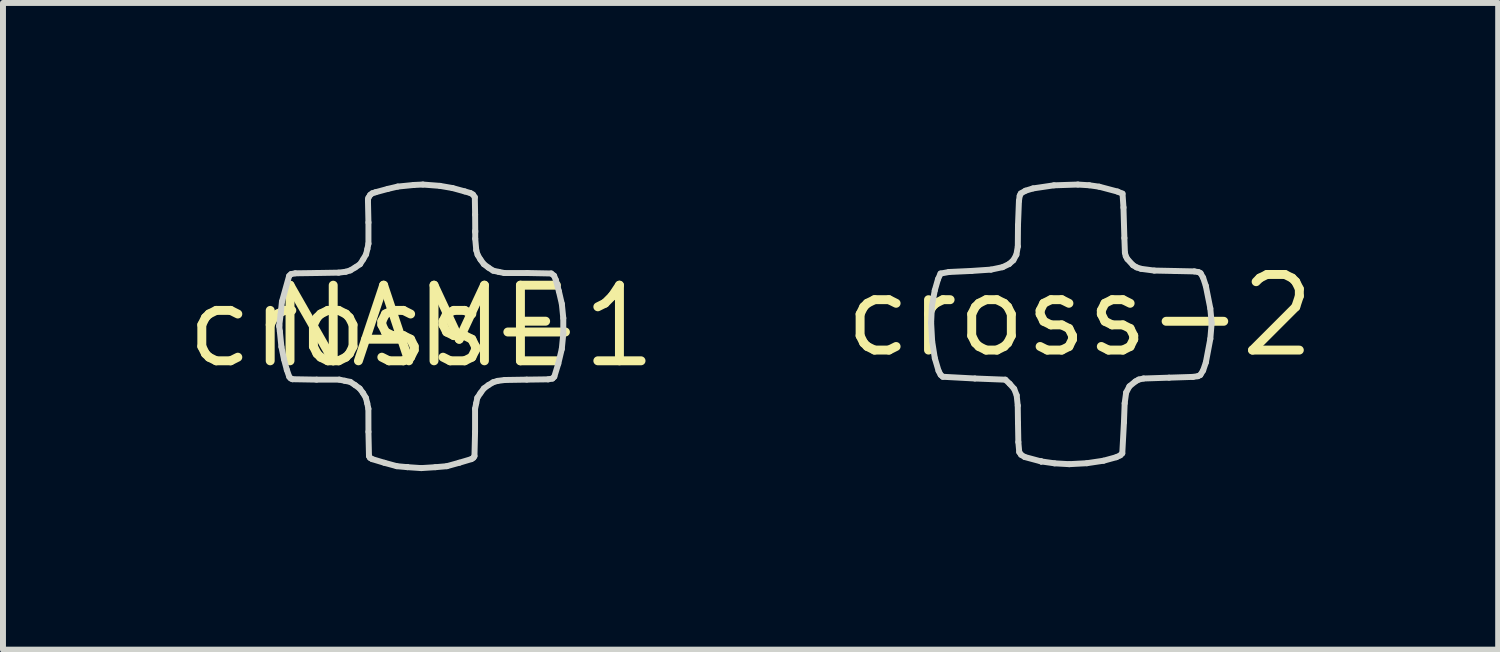
<source format=kicad_pcb>
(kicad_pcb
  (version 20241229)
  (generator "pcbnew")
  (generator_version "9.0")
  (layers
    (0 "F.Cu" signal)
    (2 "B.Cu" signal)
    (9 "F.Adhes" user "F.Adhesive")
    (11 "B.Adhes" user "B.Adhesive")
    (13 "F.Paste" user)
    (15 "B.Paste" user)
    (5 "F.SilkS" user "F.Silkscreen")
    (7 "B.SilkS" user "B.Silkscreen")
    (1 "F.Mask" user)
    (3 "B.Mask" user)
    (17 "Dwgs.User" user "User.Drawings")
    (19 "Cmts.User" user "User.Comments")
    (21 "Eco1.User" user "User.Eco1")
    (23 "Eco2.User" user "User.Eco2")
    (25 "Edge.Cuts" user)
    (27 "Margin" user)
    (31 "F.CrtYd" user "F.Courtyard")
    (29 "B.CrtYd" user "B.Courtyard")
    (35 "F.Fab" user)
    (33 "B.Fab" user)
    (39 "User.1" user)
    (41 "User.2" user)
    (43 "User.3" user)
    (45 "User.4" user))
  (footprint "cross-1"
    (layer "F.Cu")
    (at 4.029 2.431)
    (property "Reference" "cross-1" (at 0 0 0) (layer "F.SilkS") (effects (font (size 1.27 1.27) (thickness 0.15))))
    (attr through_hole)
    (fp_line (start -2.388 0.002) (end -2.387 -0.018) (stroke (width 0.1) (type solid)) (layer "Edge.Cuts"))
    (fp_line (start -2.387 -0.018) (end -2.365 -0.202) (stroke (width 0.1) (type solid)) (layer "Edge.Cuts"))
    (fp_line (start -2.378 0.086) (end -2.388 0.002) (stroke (width 0.1) (type solid)) (layer "Edge.Cuts"))
    (fp_line (start -2.365 -0.202) (end -2.343 -0.414) (stroke (width 0.1) (type solid)) (layer "Edge.Cuts"))
    (fp_line (start -2.352 0.344) (end -2.378 0.086) (stroke (width 0.1) (type solid)) (layer "Edge.Cuts"))
    (fp_line (start -2.343 -0.414) (end -2.222 -0.846) (stroke (width 0.1) (type solid)) (layer "Edge.Cuts"))
    (fp_line (start -2.309 0.552) (end -2.352 0.344) (stroke (width 0.1) (type solid)) (layer "Edge.Cuts"))
    (fp_line (start -2.261 0.731) (end -2.309 0.552) (stroke (width 0.1) (type solid)) (layer "Edge.Cuts"))
    (fp_line (start -2.222 -0.846) (end -2.19 -0.877) (stroke (width 0.1) (type solid)) (layer "Edge.Cuts"))
    (fp_line (start -2.22 0.849) (end -2.261 0.731) (stroke (width 0.1) (type solid)) (layer "Edge.Cuts"))
    (fp_line (start -2.196 0.875) (end -2.22 0.849) (stroke (width 0.1) (type solid)) (layer "Edge.Cuts"))
    (fp_line (start -2.19 -0.877) (end -2.119 -0.89) (stroke (width 0.1) (type solid)) (layer "Edge.Cuts"))
    (fp_line (start -2.165 0.889) (end -2.196 0.875) (stroke (width 0.1) (type solid)) (layer "Edge.Cuts"))
    (fp_line (start -2.119 -0.89) (end -1.759 -0.895) (stroke (width 0.1) (type solid)) (layer "Edge.Cuts"))
    (fp_line (start -1.761 0.896) (end -2.165 0.889) (stroke (width 0.1) (type solid)) (layer "Edge.Cuts"))
    (fp_line (start -1.759 -0.895) (end -1.39 -0.901) (stroke (width 0.1) (type solid)) (layer "Edge.Cuts"))
    (fp_line (start -1.39 -0.901) (end -1.271 -0.916) (stroke (width 0.1) (type solid)) (layer "Edge.Cuts"))
    (fp_line (start -1.38 0.896) (end -1.761 0.896) (stroke (width 0.1) (type solid)) (layer "Edge.Cuts"))
    (fp_line (start -1.288 0.915) (end -1.38 0.896) (stroke (width 0.1) (type solid)) (layer "Edge.Cuts"))
    (fp_line (start -1.271 -0.916) (end -1.194 -0.939) (stroke (width 0.1) (type solid)) (layer "Edge.Cuts"))
    (fp_line (start -1.195 0.934) (end -1.288 0.915) (stroke (width 0.1) (type solid)) (layer "Edge.Cuts"))
    (fp_line (start -1.194 -0.939) (end -1.113 -0.988) (stroke (width 0.1) (type solid)) (layer "Edge.Cuts"))
    (fp_line (start -1.114 0.988) (end -1.195 0.934) (stroke (width 0.1) (type solid)) (layer "Edge.Cuts"))
    (fp_line (start -1.113 -0.988) (end -1.031 -1.043) (stroke (width 0.1) (type solid)) (layer "Edge.Cuts"))
    (fp_line (start -1.037 1.045) (end -1.114 0.988) (stroke (width 0.1) (type solid)) (layer "Edge.Cuts"))
    (fp_line (start -1.031 -1.043) (end -0.978 -1.125) (stroke (width 0.1) (type solid)) (layer "Edge.Cuts"))
    (fp_line (start -0.981 1.121) (end -1.037 1.045) (stroke (width 0.1) (type solid)) (layer "Edge.Cuts"))
    (fp_line (start -0.978 -1.125) (end -0.93 -1.208) (stroke (width 0.1) (type solid)) (layer "Edge.Cuts"))
    (fp_line (start -0.933 1.202) (end -0.981 1.121) (stroke (width 0.1) (type solid)) (layer "Edge.Cuts"))
    (fp_line (start -0.93 -1.208) (end -0.908 -1.298) (stroke (width 0.1) (type solid)) (layer "Edge.Cuts"))
    (fp_line (start -0.91 1.293) (end -0.933 1.202) (stroke (width 0.1) (type solid)) (layer "Edge.Cuts"))
    (fp_line (start -0.908 -1.298) (end -0.89 -1.388) (stroke (width 0.1) (type solid)) (layer "Edge.Cuts"))
    (fp_line (start -0.898 -2.129) (end -0.89 -2.16) (stroke (width 0.1) (type solid)) (layer "Edge.Cuts"))
    (fp_line (start -0.898 -2.107) (end -0.898 -2.129) (stroke (width 0.1) (type solid)) (layer "Edge.Cuts"))
    (fp_line (start -0.891 1.386) (end -0.91 1.293) (stroke (width 0.1) (type solid)) (layer "Edge.Cuts"))
    (fp_line (start -0.89 1.772) (end -0.891 1.386) (stroke (width 0.1) (type solid)) (layer "Edge.Cuts"))
    (fp_line (start -0.89 -2.16) (end -0.861 -2.207) (stroke (width 0.1) (type solid)) (layer "Edge.Cuts"))
    (fp_line (start -0.89 -1.744) (end -0.898 -2.107) (stroke (width 0.1) (type solid)) (layer "Edge.Cuts"))
    (fp_line (start -0.89 -1.388) (end -0.89 -1.744) (stroke (width 0.1) (type solid)) (layer "Edge.Cuts"))
    (fp_line (start -0.881 2.18) (end -0.89 1.772) (stroke (width 0.1) (type solid)) (layer "Edge.Cuts"))
    (fp_line (start -0.864 2.209) (end -0.881 2.18) (stroke (width 0.1) (type solid)) (layer "Edge.Cuts"))
    (fp_line (start -0.861 -2.207) (end -0.826 -2.234) (stroke (width 0.1) (type solid)) (layer "Edge.Cuts"))
    (fp_line (start -0.828 2.231) (end -0.864 2.209) (stroke (width 0.1) (type solid)) (layer "Edge.Cuts"))
    (fp_line (start -0.826 -2.234) (end -0.77 -2.252) (stroke (width 0.1) (type solid)) (layer "Edge.Cuts"))
    (fp_line (start -0.77 -2.252) (end -0.564 -2.308) (stroke (width 0.1) (type solid)) (layer "Edge.Cuts"))
    (fp_line (start -0.622 2.293) (end -0.828 2.231) (stroke (width 0.1) (type solid)) (layer "Edge.Cuts"))
    (fp_line (start -0.564 -2.308) (end -0.398 -2.347) (stroke (width 0.1) (type solid)) (layer "Edge.Cuts"))
    (fp_line (start -0.413 2.35) (end -0.622 2.293) (stroke (width 0.1) (type solid)) (layer "Edge.Cuts"))
    (fp_line (start -0.398 -2.347) (end -0.129 -2.374) (stroke (width 0.1) (type solid)) (layer "Edge.Cuts"))
    (fp_line (start -0.238 2.366) (end -0.238 2.366) (stroke (width 0.1) (type solid)) (layer "Edge.Cuts"))
    (fp_line (start -0.238 2.366) (end -0.413 2.35) (stroke (width 0.1) (type solid)) (layer "Edge.Cuts"))
    (fp_line (start -0.238 2.366) (end -0.238 2.366) (stroke (width 0.1) (type solid)) (layer "Edge.Cuts"))
    (fp_line (start -0.129 -2.374) (end 0.024 -2.381) (stroke (width 0.1) (type solid)) (layer "Edge.Cuts"))
    (fp_line (start -0.003 2.382) (end -0.238 2.366) (stroke (width 0.1) (type solid)) (layer "Edge.Cuts"))
    (fp_line (start 0.024 -2.381) (end 0.31 -2.359) (stroke (width 0.1) (type solid)) (layer "Edge.Cuts"))
    (fp_line (start 0.233 2.367) (end -0.003 2.382) (stroke (width 0.1) (type solid)) (layer "Edge.Cuts"))
    (fp_line (start 0.31 -2.359) (end 0.523 -2.322) (stroke (width 0.1) (type solid)) (layer "Edge.Cuts"))
    (fp_line (start 0.427 2.35) (end 0.233 2.367) (stroke (width 0.1) (type solid)) (layer "Edge.Cuts"))
    (fp_line (start 0.523 -2.322) (end 0.727 -2.266) (stroke (width 0.1) (type solid)) (layer "Edge.Cuts"))
    (fp_line (start 0.636 2.292) (end 0.427 2.35) (stroke (width 0.1) (type solid)) (layer "Edge.Cuts"))
    (fp_line (start 0.727 -2.266) (end 0.823 -2.238) (stroke (width 0.1) (type solid)) (layer "Edge.Cuts"))
    (fp_line (start 0.823 -2.238) (end 0.866 -2.213) (stroke (width 0.1) (type solid)) (layer "Edge.Cuts"))
    (fp_line (start 0.84 2.231) (end 0.636 2.292) (stroke (width 0.1) (type solid)) (layer "Edge.Cuts"))
    (fp_line (start 0.866 -2.213) (end 0.897 -2.168) (stroke (width 0.1) (type solid)) (layer "Edge.Cuts"))
    (fp_line (start 0.874 2.208) (end 0.84 2.231) (stroke (width 0.1) (type solid)) (layer "Edge.Cuts"))
    (fp_line (start 0.891 2.18) (end 0.874 2.208) (stroke (width 0.1) (type solid)) (layer "Edge.Cuts"))
    (fp_line (start 0.897 -2.168) (end 0.902 -1.875) (stroke (width 0.1) (type solid)) (layer "Edge.Cuts"))
    (fp_line (start 0.901 1.772) (end 0.891 2.18) (stroke (width 0.1) (type solid)) (layer "Edge.Cuts"))
    (fp_line (start 0.901 1.386) (end 0.901 1.772) (stroke (width 0.1) (type solid)) (layer "Edge.Cuts"))
    (fp_line (start 0.902 -1.875) (end 0.904 -1.604) (stroke (width 0.1) (type solid)) (layer "Edge.Cuts"))
    (fp_line (start 0.904 -1.604) (end 0.904 -1.584) (stroke (width 0.1) (type solid)) (layer "Edge.Cuts"))
    (fp_line (start 0.904 -1.584) (end 0.904 -1.471) (stroke (width 0.1) (type solid)) (layer "Edge.Cuts"))
    (fp_line (start 0.904 -1.471) (end 0.921 -1.279) (stroke (width 0.1) (type solid)) (layer "Edge.Cuts"))
    (fp_line (start 0.92 1.293) (end 0.901 1.386) (stroke (width 0.1) (type solid)) (layer "Edge.Cuts"))
    (fp_line (start 0.921 -1.279) (end 0.944 -1.2) (stroke (width 0.1) (type solid)) (layer "Edge.Cuts"))
    (fp_line (start 0.939 1.201) (end 0.92 1.293) (stroke (width 0.1) (type solid)) (layer "Edge.Cuts"))
    (fp_line (start 0.944 -1.2) (end 0.992 -1.12) (stroke (width 0.1) (type solid)) (layer "Edge.Cuts"))
    (fp_line (start 0.992 1.121) (end 0.939 1.201) (stroke (width 0.1) (type solid)) (layer "Edge.Cuts"))
    (fp_line (start 0.992 -1.12) (end 1.049 -1.043) (stroke (width 0.1) (type solid)) (layer "Edge.Cuts"))
    (fp_line (start 1.049 1.044) (end 0.992 1.121) (stroke (width 0.1) (type solid)) (layer "Edge.Cuts"))
    (fp_line (start 1.049 -1.043) (end 1.125 -0.986) (stroke (width 0.1) (type solid)) (layer "Edge.Cuts"))
    (fp_line (start 1.125 -0.986) (end 1.205 -0.934) (stroke (width 0.1) (type solid)) (layer "Edge.Cuts"))
    (fp_line (start 1.125 0.988) (end 1.049 1.044) (stroke (width 0.1) (type solid)) (layer "Edge.Cuts"))
    (fp_line (start 1.205 -0.934) (end 1.298 -0.914) (stroke (width 0.1) (type solid)) (layer "Edge.Cuts"))
    (fp_line (start 1.205 0.94) (end 1.125 0.988) (stroke (width 0.1) (type solid)) (layer "Edge.Cuts"))
    (fp_line (start 1.281 0.917) (end 1.205 0.94) (stroke (width 0.1) (type solid)) (layer "Edge.Cuts"))
    (fp_line (start 1.298 -0.914) (end 1.391 -0.895) (stroke (width 0.1) (type solid)) (layer "Edge.Cuts"))
    (fp_line (start 1.391 -0.895) (end 1.776 -0.895) (stroke (width 0.1) (type solid)) (layer "Edge.Cuts"))
    (fp_line (start 1.4 0.902) (end 1.281 0.917) (stroke (width 0.1) (type solid)) (layer "Edge.Cuts"))
    (fp_line (start 1.769 0.896) (end 1.4 0.902) (stroke (width 0.1) (type solid)) (layer "Edge.Cuts"))
    (fp_line (start 1.776 -0.895) (end 2.181 -0.887) (stroke (width 0.1) (type solid)) (layer "Edge.Cuts"))
    (fp_line (start 2.129 0.891) (end 1.769 0.896) (stroke (width 0.1) (type solid)) (layer "Edge.Cuts"))
    (fp_line (start 2.181 -0.887) (end 2.228 -0.85) (stroke (width 0.1) (type solid)) (layer "Edge.Cuts"))
    (fp_line (start 2.201 0.878) (end 2.129 0.891) (stroke (width 0.1) (type solid)) (layer "Edge.Cuts"))
    (fp_line (start 2.228 -0.85) (end 2.258 -0.778) (stroke (width 0.1) (type solid)) (layer "Edge.Cuts"))
    (fp_line (start 2.232 0.847) (end 2.201 0.878) (stroke (width 0.1) (type solid)) (layer "Edge.Cuts"))
    (fp_line (start 2.258 -0.778) (end 2.309 -0.589) (stroke (width 0.1) (type solid)) (layer "Edge.Cuts"))
    (fp_line (start 2.299 0.628) (end 2.232 0.847) (stroke (width 0.1) (type solid)) (layer "Edge.Cuts"))
    (fp_line (start 2.309 -0.589) (end 2.359 -0.375) (stroke (width 0.1) (type solid)) (layer "Edge.Cuts"))
    (fp_line (start 2.358 0.381) (end 2.299 0.628) (stroke (width 0.1) (type solid)) (layer "Edge.Cuts"))
    (fp_line (start 2.359 -0.375) (end 2.383 -0.137) (stroke (width 0.1) (type solid)) (layer "Edge.Cuts"))
    (fp_line (start 2.383 -0.137) (end 2.383 0.127) (stroke (width 0.1) (type solid)) (layer "Edge.Cuts"))
    (fp_line (start 2.383 0.127) (end 2.358 0.381) (stroke (width 0.1) (type solid)) (layer "Edge.Cuts"))
    (fp_text user "NAME" (at 0 0 0) (layer "F.SilkS") (effects (font (size 1.27 1.27) (thickness 0.15)))))
  (footprint "cross-2"
    (layer "F.Cu")
    (at 15.087 2.251)
    (property "Reference" "cross-2" (at 0 0 0) (layer "F.SilkS") (effects (font (size 1.27 1.27) (thickness 0.15))))
    (attr through_hole)
    (fp_line (start -2.496 0.12) (end -2.483 -0.162) (stroke (width 0.1) (type solid)) (layer "Edge.Cuts"))
    (fp_line (start -2.483 -0.162) (end -2.435 -0.422) (stroke (width 0.1) (type solid)) (layer "Edge.Cuts"))
    (fp_line (start -2.479 0.431) (end -2.496 0.12) (stroke (width 0.1) (type solid)) (layer "Edge.Cuts"))
    (fp_line (start -2.435 -0.422) (end -2.381 -0.61) (stroke (width 0.1) (type solid)) (layer "Edge.Cuts"))
    (fp_line (start -2.434 0.716) (end -2.479 0.431) (stroke (width 0.1) (type solid)) (layer "Edge.Cuts"))
    (fp_line (start -2.381 -0.61) (end -2.338 -0.706) (stroke (width 0.1) (type solid)) (layer "Edge.Cuts"))
    (fp_line (start -2.371 0.929) (end -2.434 0.716) (stroke (width 0.1) (type solid)) (layer "Edge.Cuts"))
    (fp_line (start -2.338 -0.706) (end -2.197 -0.732) (stroke (width 0.1) (type solid)) (layer "Edge.Cuts"))
    (fp_line (start -2.336 0.996) (end -2.371 0.929) (stroke (width 0.1) (type solid)) (layer "Edge.Cuts"))
    (fp_line (start -2.3 1.028) (end -2.336 0.996) (stroke (width 0.1) (type solid)) (layer "Edge.Cuts"))
    (fp_line (start -2.197 -0.732) (end -1.816 -0.75) (stroke (width 0.1) (type solid)) (layer "Edge.Cuts"))
    (fp_line (start -1.816 -0.75) (end -1.491 -0.772) (stroke (width 0.1) (type solid)) (layer "Edge.Cuts"))
    (fp_line (start -1.761 1.057) (end -2.3 1.028) (stroke (width 0.1) (type solid)) (layer "Edge.Cuts"))
    (fp_line (start -1.491 -0.772) (end -1.296 -0.813) (stroke (width 0.1) (type solid)) (layer "Edge.Cuts"))
    (fp_line (start -1.296 -0.813) (end -1.186 -0.866) (stroke (width 0.1) (type solid)) (layer "Edge.Cuts"))
    (fp_line (start -1.249 1.077) (end -1.761 1.057) (stroke (width 0.1) (type solid)) (layer "Edge.Cuts"))
    (fp_line (start -1.186 -0.866) (end -1.115 -0.929) (stroke (width 0.1) (type solid)) (layer "Edge.Cuts"))
    (fp_line (start -1.176 1.146) (end -1.249 1.077) (stroke (width 0.1) (type solid)) (layer "Edge.Cuts"))
    (fp_line (start -1.115 -0.929) (end -1.064 -1.022) (stroke (width 0.1) (type solid)) (layer "Edge.Cuts"))
    (fp_line (start -1.101 1.231) (end -1.176 1.146) (stroke (width 0.1) (type solid)) (layer "Edge.Cuts"))
    (fp_line (start -1.064 -1.022) (end -1.04 -1.161) (stroke (width 0.1) (type solid)) (layer "Edge.Cuts"))
    (fp_line (start -1.059 1.339) (end -1.101 1.231) (stroke (width 0.1) (type solid)) (layer "Edge.Cuts"))
    (fp_line (start -1.041 1.513) (end -1.059 1.339) (stroke (width 0.1) (type solid)) (layer "Edge.Cuts"))
    (fp_line (start -1.04 -1.161) (end -1.037 -1.516) (stroke (width 0.1) (type solid)) (layer "Edge.Cuts"))
    (fp_line (start -1.037 1.801) (end -1.041 1.513) (stroke (width 0.1) (type solid)) (layer "Edge.Cuts"))
    (fp_line (start -1.037 -1.516) (end -1.021 -1.925) (stroke (width 0.1) (type solid)) (layer "Edge.Cuts"))
    (fp_line (start -1.031 2.124) (end -1.037 1.801) (stroke (width 0.1) (type solid)) (layer "Edge.Cuts"))
    (fp_line (start -1.021 -1.925) (end -1.008 -2.013) (stroke (width 0.1) (type solid)) (layer "Edge.Cuts"))
    (fp_line (start -1.016 2.292) (end -1.031 2.124) (stroke (width 0.1) (type solid)) (layer "Edge.Cuts"))
    (fp_line (start -1.008 -2.013) (end -0.99 -2.051) (stroke (width 0.1) (type solid)) (layer "Edge.Cuts"))
    (fp_line (start -0.99 -2.051) (end -0.912 -2.097) (stroke (width 0.1) (type solid)) (layer "Edge.Cuts"))
    (fp_line (start -0.985 2.338) (end -1.016 2.292) (stroke (width 0.1) (type solid)) (layer "Edge.Cuts"))
    (fp_line (start -0.923 2.376) (end -0.985 2.338) (stroke (width 0.1) (type solid)) (layer "Edge.Cuts"))
    (fp_line (start -0.912 -2.097) (end -0.785 -2.136) (stroke (width 0.1) (type solid)) (layer "Edge.Cuts"))
    (fp_line (start -0.785 -2.136) (end -0.433 -2.188) (stroke (width 0.1) (type solid)) (layer "Edge.Cuts"))
    (fp_line (start -0.648 2.45) (end -0.923 2.376) (stroke (width 0.1) (type solid)) (layer "Edge.Cuts"))
    (fp_line (start -0.648 2.45) (end -0.648 2.45) (stroke (width 0.1) (type solid)) (layer "Edge.Cuts"))
    (fp_line (start -0.647 2.45) (end -0.648 2.45) (stroke (width 0.1) (type solid)) (layer "Edge.Cuts"))
    (fp_line (start -0.433 -2.188) (end -0.031 -2.201) (stroke (width 0.1) (type solid)) (layer "Edge.Cuts"))
    (fp_line (start -0.423 2.482) (end -0.647 2.45) (stroke (width 0.1) (type solid)) (layer "Edge.Cuts"))
    (fp_line (start -0.176 2.496) (end -0.423 2.482) (stroke (width 0.1) (type solid)) (layer "Edge.Cuts"))
    (fp_line (start -0.031 -2.201) (end 0.16 -2.189) (stroke (width 0.1) (type solid)) (layer "Edge.Cuts"))
    (fp_line (start 0.12 2.48) (end -0.176 2.496) (stroke (width 0.1) (type solid)) (layer "Edge.Cuts"))
    (fp_line (start 0.16 -2.189) (end 0.327 -2.165) (stroke (width 0.1) (type solid)) (layer "Edge.Cuts"))
    (fp_line (start 0.327 -2.165) (end 0.635 -2.083) (stroke (width 0.1) (type solid)) (layer "Edge.Cuts"))
    (fp_line (start 0.4 2.438) (end 0.12 2.48) (stroke (width 0.1) (type solid)) (layer "Edge.Cuts"))
    (fp_line (start 0.615 2.379) (end 0.4 2.438) (stroke (width 0.1) (type solid)) (layer "Edge.Cuts"))
    (fp_line (start 0.635 -2.083) (end 0.719 -2.048) (stroke (width 0.1) (type solid)) (layer "Edge.Cuts"))
    (fp_line (start 0.682 2.347) (end 0.615 2.379) (stroke (width 0.1) (type solid)) (layer "Edge.Cuts"))
    (fp_line (start 0.715 2.314) (end 0.682 2.347) (stroke (width 0.1) (type solid)) (layer "Edge.Cuts"))
    (fp_line (start 0.719 -2.048) (end 0.735 -1.816) (stroke (width 0.1) (type solid)) (layer "Edge.Cuts"))
    (fp_line (start 0.735 -1.816) (end 0.75 -1.303) (stroke (width 0.1) (type solid)) (layer "Edge.Cuts"))
    (fp_line (start 0.743 1.792) (end 0.715 2.314) (stroke (width 0.1) (type solid)) (layer "Edge.Cuts"))
    (fp_line (start 0.75 -1.303) (end 0.759 -1.057) (stroke (width 0.1) (type solid)) (layer "Edge.Cuts"))
    (fp_line (start 0.755 1.474) (end 0.743 1.792) (stroke (width 0.1) (type solid)) (layer "Edge.Cuts"))
    (fp_line (start 0.759 -1.057) (end 0.774 -0.997) (stroke (width 0.1) (type solid)) (layer "Edge.Cuts"))
    (fp_line (start 0.774 -0.997) (end 0.8 -0.95) (stroke (width 0.1) (type solid)) (layer "Edge.Cuts"))
    (fp_line (start 0.78 1.292) (end 0.755 1.474) (stroke (width 0.1) (type solid)) (layer "Edge.Cuts"))
    (fp_line (start 0.8 -0.95) (end 0.895 -0.846) (stroke (width 0.1) (type solid)) (layer "Edge.Cuts"))
    (fp_line (start 0.835 1.188) (end 0.78 1.292) (stroke (width 0.1) (type solid)) (layer "Edge.Cuts"))
    (fp_line (start 0.895 -0.846) (end 0.955 -0.81) (stroke (width 0.1) (type solid)) (layer "Edge.Cuts"))
    (fp_line (start 0.934 1.107) (end 0.835 1.188) (stroke (width 0.1) (type solid)) (layer "Edge.Cuts"))
    (fp_line (start 0.955 -0.81) (end 1.031 -0.785) (stroke (width 0.1) (type solid)) (layer "Edge.Cuts"))
    (fp_line (start 0.991 1.075) (end 0.934 1.107) (stroke (width 0.1) (type solid)) (layer "Edge.Cuts"))
    (fp_line (start 1.031 -0.785) (end 1.252 -0.756) (stroke (width 0.1) (type solid)) (layer "Edge.Cuts"))
    (fp_line (start 1.072 1.057) (end 0.991 1.075) (stroke (width 0.1) (type solid)) (layer "Edge.Cuts"))
    (fp_line (start 1.252 -0.756) (end 1.598 -0.749) (stroke (width 0.1) (type solid)) (layer "Edge.Cuts"))
    (fp_line (start 1.501 1.043) (end 1.072 1.057) (stroke (width 0.1) (type solid)) (layer "Edge.Cuts"))
    (fp_line (start 1.598 -0.749) (end 1.925 -0.742) (stroke (width 0.1) (type solid)) (layer "Edge.Cuts"))
    (fp_line (start 1.902 1.03) (end 1.501 1.043) (stroke (width 0.1) (type solid)) (layer "Edge.Cuts"))
    (fp_line (start 1.925 -0.742) (end 1.996 -0.73) (stroke (width 0.1) (type solid)) (layer "Edge.Cuts"))
    (fp_line (start 1.986 1.018) (end 1.902 1.03) (stroke (width 0.1) (type solid)) (layer "Edge.Cuts"))
    (fp_line (start 1.996 -0.73) (end 2.03 -0.712) (stroke (width 0.1) (type solid)) (layer "Edge.Cuts"))
    (fp_line (start 2.026 0.998) (end 1.986 1.018) (stroke (width 0.1) (type solid)) (layer "Edge.Cuts"))
    (fp_line (start 2.03 -0.712) (end 2.073 -0.636) (stroke (width 0.1) (type solid)) (layer "Edge.Cuts"))
    (fp_line (start 2.073 -0.636) (end 2.118 -0.499) (stroke (width 0.1) (type solid)) (layer "Edge.Cuts"))
    (fp_line (start 2.073 0.922) (end 2.026 0.998) (stroke (width 0.1) (type solid)) (layer "Edge.Cuts"))
    (fp_line (start 2.118 -0.499) (end 2.194 -0.119) (stroke (width 0.1) (type solid)) (layer "Edge.Cuts"))
    (fp_line (start 2.119 0.786) (end 2.073 0.922) (stroke (width 0.1) (type solid)) (layer "Edge.Cuts"))
    (fp_line (start 2.194 -0.119) (end 2.216 0.127) (stroke (width 0.1) (type solid)) (layer "Edge.Cuts"))
    (fp_line (start 2.194 0.39) (end 2.119 0.786) (stroke (width 0.1) (type solid)) (layer "Edge.Cuts"))
    (fp_line (start 2.216 0.127) (end 2.194 0.39) (stroke (width 0.1) (type solid)) (layer "Edge.Cuts")))
  (gr_rect
    (start -3 -3)
    (end 22.116 7.863)
    (stroke (width 0.1) (type default))
    (fill no)
    (layer "Edge.Cuts")))
</source>
